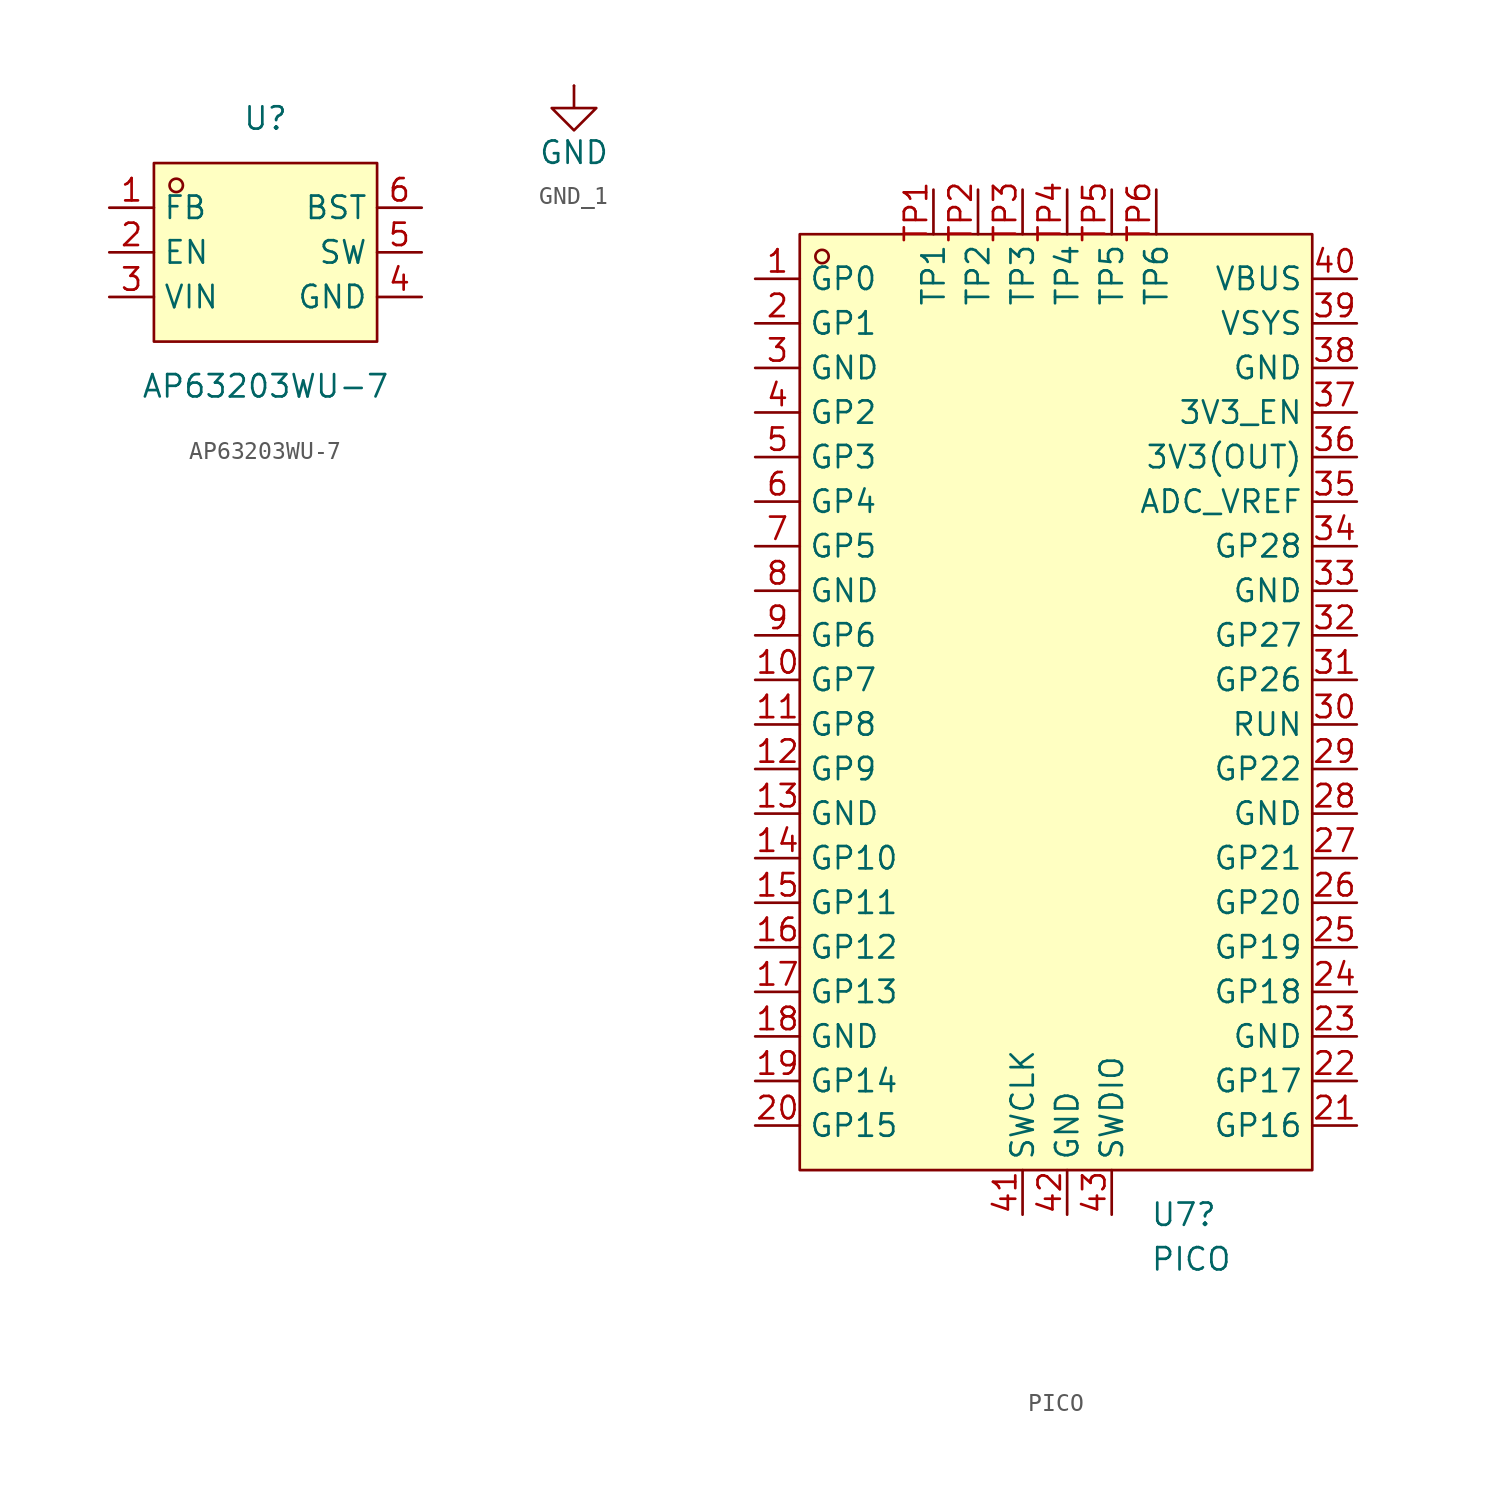
<source format=kicad_sym>
(kicad_symbol_lib
  (version 20241209)
  (generator "kicad_symbol_editor")
  (generator_version "9.0")
  (symbol "AP63203WU-7"
    (property "Reference" "U"
      (at 0 7.62 0)
      (effects (font (size 1.27 1.27))))
    (property "Value" "AP63203WU-7"
      (at 0 -7.62 0)
      (effects (font (size 1.27 1.27))))
    (symbol "AP63203WU-7_0_1"
      (rectangle (start -6.35 5.08) (end 6.35 -5.08) (stroke (width 0) (type default)) (fill (type background)))
      (circle (center -5.08 3.81) (radius 0.38) (stroke (width 0) (type default)) (fill (type none)))
      (pin unspecified line (at -8.89 2.54 0) (length 2.54) (name "FB" (effects (font (size 1.27 1.27)))) (number "1" (effects (font (size 1.27 1.27)))))
      (pin unspecified line (at -8.89 0 0) (length 2.54) (name "EN" (effects (font (size 1.27 1.27)))) (number "2" (effects (font (size 1.27 1.27)))))
      (pin unspecified line (at -8.89 -2.54 0) (length 2.54) (name "VIN" (effects (font (size 1.27 1.27)))) (number "3" (effects (font (size 1.27 1.27)))))
      (pin unspecified line (at 8.89 2.54 180) (length 2.54) (name "BST" (effects (font (size 1.27 1.27)))) (number "6" (effects (font (size 1.27 1.27)))))
      (pin unspecified line (at 8.89 0 180) (length 2.54) (name "SW" (effects (font (size 1.27 1.27)))) (number "5" (effects (font (size 1.27 1.27)))))
      (pin unspecified line (at 8.89 -2.54 180) (length 2.54) (name "GND" (effects (font (size 1.27 1.27)))) (number "4" (effects (font (size 1.27 1.27)))))))
  (symbol "GND_1"
    (power)
    (pin_numbers
      (hide yes))
    (pin_names
      (offset 0)
      (hide yes))
    (property "Reference" "#PWR"
      (at 0 -6.35 0)
      (effects (font (size 1.27 1.27)) (hide yes)))
    (property "Value" "GND"
      (at 0 -3.81 0)
      (effects (font (size 1.27 1.27))))
    (symbol "GND_1_0_1"
      (polyline (pts (xy 0 0) (xy 0 -1.27) (xy 1.27 -1.27) (xy 0 -2.54) (xy -1.27 -1.27) (xy 0 -1.27)) (stroke (width 0) (type default)) (fill (type none))))
    (symbol "GND_1_1_1"
      (pin power_in line (at 0 0 270) (length 0) (name "~" (effects (font (size 1.27 1.27)))) (number "1" (effects (font (size 1.27 1.27)))))))
  (symbol "PICO"
    (property "Reference" "U7"
      (at 4.734 -29.21 0)
      (effects (font (size 1.27 1.27)) (justify left)))
    (property "Value" "PICO"
      (at 4.734 -31.75 0)
      (effects (font (size 1.27 1.27)) (justify left)))
    (symbol "PICO_0_1"
      (rectangle (start -15.24 26.67) (end 13.97 -26.67) (stroke (width 0) (type default)) (fill (type background)))
      (circle (center -13.97 25.4) (radius 0.38) (stroke (width 0) (type default)) (fill (type none)))
      (pin unspecified line (at -17.78 24.13 0) (length 2.54) (name "GP0" (effects (font (size 1.27 1.27)))) (number "1" (effects (font (size 1.27 1.27)))))
      (pin unspecified line (at -17.78 21.59 0) (length 2.54) (name "GP1" (effects (font (size 1.27 1.27)))) (number "2" (effects (font (size 1.27 1.27)))))
      (pin unspecified line (at -17.78 19.05 0) (length 2.54) (name "GND" (effects (font (size 1.27 1.27)))) (number "3" (effects (font (size 1.27 1.27)))))
      (pin unspecified line (at -17.78 16.51 0) (length 2.54) (name "GP2" (effects (font (size 1.27 1.27)))) (number "4" (effects (font (size 1.27 1.27)))))
      (pin unspecified line (at -17.78 13.97 0) (length 2.54) (name "GP3" (effects (font (size 1.27 1.27)))) (number "5" (effects (font (size 1.27 1.27)))))
      (pin unspecified line (at -17.78 11.43 0) (length 2.54) (name "GP4" (effects (font (size 1.27 1.27)))) (number "6" (effects (font (size 1.27 1.27)))))
      (pin unspecified line (at -17.78 8.89 0) (length 2.54) (name "GP5" (effects (font (size 1.27 1.27)))) (number "7" (effects (font (size 1.27 1.27)))))
      (pin unspecified line (at -17.78 6.35 0) (length 2.54) (name "GND" (effects (font (size 1.27 1.27)))) (number "8" (effects (font (size 1.27 1.27)))))
      (pin unspecified line (at -17.78 3.81 0) (length 2.54) (name "GP6" (effects (font (size 1.27 1.27)))) (number "9" (effects (font (size 1.27 1.27)))))
      (pin unspecified line (at -17.78 1.27 0) (length 2.54) (name "GP7" (effects (font (size 1.27 1.27)))) (number "10" (effects (font (size 1.27 1.27)))))
      (pin unspecified line (at -17.78 -1.27 0) (length 2.54) (name "GP8" (effects (font (size 1.27 1.27)))) (number "11" (effects (font (size 1.27 1.27)))))
      (pin unspecified line (at -17.78 -3.81 0) (length 2.54) (name "GP9" (effects (font (size 1.27 1.27)))) (number "12" (effects (font (size 1.27 1.27)))))
      (pin unspecified line (at -17.78 -6.35 0) (length 2.54) (name "GND" (effects (font (size 1.27 1.27)))) (number "13" (effects (font (size 1.27 1.27)))))
      (pin unspecified line (at -17.78 -8.89 0) (length 2.54) (name "GP10" (effects (font (size 1.27 1.27)))) (number "14" (effects (font (size 1.27 1.27)))))
      (pin unspecified line (at -17.78 -11.43 0) (length 2.54) (name "GP11" (effects (font (size 1.27 1.27)))) (number "15" (effects (font (size 1.27 1.27)))))
      (pin unspecified line (at -17.78 -13.97 0) (length 2.54) (name "GP12" (effects (font (size 1.27 1.27)))) (number "16" (effects (font (size 1.27 1.27)))))
      (pin unspecified line (at -17.78 -16.51 0) (length 2.54) (name "GP13" (effects (font (size 1.27 1.27)))) (number "17" (effects (font (size 1.27 1.27)))))
      (pin unspecified line (at -17.78 -19.05 0) (length 2.54) (name "GND" (effects (font (size 1.27 1.27)))) (number "18" (effects (font (size 1.27 1.27)))))
      (pin unspecified line (at -17.78 -21.59 0) (length 2.54) (name "GP14" (effects (font (size 1.27 1.27)))) (number "19" (effects (font (size 1.27 1.27)))))
      (pin unspecified line (at -17.78 -24.13 0) (length 2.54) (name "GP15" (effects (font (size 1.27 1.27)))) (number "20" (effects (font (size 1.27 1.27)))))
      (pin unspecified line (at -7.62 29.21 270) (length 2.54) (name "TP1" (effects (font (size 1.27 1.27)))) (number "TP1" (effects (font (size 1.27 1.27)))))
      (pin unspecified line (at -2.54 -29.21 90) (length 2.54) (name "SWCLK" (effects (font (size 1.27 1.27)))) (number "41" (effects (font (size 1.27 1.27)))))
      (pin unspecified line (at 0 -29.21 90) (length 2.54) (name "GND" (effects (font (size 1.27 1.27)))) (number "42" (effects (font (size 1.27 1.27)))))
      (pin unspecified line (at 2.54 -29.21 90) (length 2.54) (name "SWDIO" (effects (font (size 1.27 1.27)))) (number "43" (effects (font (size 1.27 1.27)))))
      (pin unspecified line (at 16.51 24.13 180) (length 2.54) (name "VBUS" (effects (font (size 1.27 1.27)))) (number "40" (effects (font (size 1.27 1.27)))))
      (pin unspecified line (at 16.51 21.59 180) (length 2.54) (name "VSYS" (effects (font (size 1.27 1.27)))) (number "39" (effects (font (size 1.27 1.27)))))
      (pin unspecified line (at 16.51 19.05 180) (length 2.54) (name "GND" (effects (font (size 1.27 1.27)))) (number "38" (effects (font (size 1.27 1.27)))))
      (pin unspecified line (at 16.51 16.51 180) (length 2.54) (name "3V3_EN" (effects (font (size 1.27 1.27)))) (number "37" (effects (font (size 1.27 1.27)))))
      (pin unspecified line (at 16.51 13.97 180) (length 2.54) (name "3V3(OUT)" (effects (font (size 1.27 1.27)))) (number "36" (effects (font (size 1.27 1.27)))))
      (pin unspecified line (at 16.51 11.43 180) (length 2.54) (name "ADC_VREF" (effects (font (size 1.27 1.27)))) (number "35" (effects (font (size 1.27 1.27)))))
      (pin unspecified line (at 16.51 8.89 180) (length 2.54) (name "GP28" (effects (font (size 1.27 1.27)))) (number "34" (effects (font (size 1.27 1.27)))))
      (pin unspecified line (at 16.51 6.35 180) (length 2.54) (name "GND" (effects (font (size 1.27 1.27)))) (number "33" (effects (font (size 1.27 1.27)))))
      (pin unspecified line (at 16.51 3.81 180) (length 2.54) (name "GP27" (effects (font (size 1.27 1.27)))) (number "32" (effects (font (size 1.27 1.27)))))
      (pin unspecified line (at 16.51 1.27 180) (length 2.54) (name "GP26" (effects (font (size 1.27 1.27)))) (number "31" (effects (font (size 1.27 1.27)))))
      (pin unspecified line (at 16.51 -1.27 180) (length 2.54) (name "RUN" (effects (font (size 1.27 1.27)))) (number "30" (effects (font (size 1.27 1.27)))))
      (pin unspecified line (at 16.51 -3.81 180) (length 2.54) (name "GP22" (effects (font (size 1.27 1.27)))) (number "29" (effects (font (size 1.27 1.27)))))
      (pin unspecified line (at 16.51 -6.35 180) (length 2.54) (name "GND" (effects (font (size 1.27 1.27)))) (number "28" (effects (font (size 1.27 1.27)))))
      (pin unspecified line (at 16.51 -8.89 180) (length 2.54) (name "GP21" (effects (font (size 1.27 1.27)))) (number "27" (effects (font (size 1.27 1.27)))))
      (pin unspecified line (at 16.51 -11.43 180) (length 2.54) (name "GP20" (effects (font (size 1.27 1.27)))) (number "26" (effects (font (size 1.27 1.27)))))
      (pin unspecified line (at 16.51 -13.97 180) (length 2.54) (name "GP19" (effects (font (size 1.27 1.27)))) (number "25" (effects (font (size 1.27 1.27)))))
      (pin unspecified line (at 16.51 -16.51 180) (length 2.54) (name "GP18" (effects (font (size 1.27 1.27)))) (number "24" (effects (font (size 1.27 1.27)))))
      (pin unspecified line (at 16.51 -19.05 180) (length 2.54) (name "GND" (effects (font (size 1.27 1.27)))) (number "23" (effects (font (size 1.27 1.27)))))
      (pin unspecified line (at 16.51 -21.59 180) (length 2.54) (name "GP17" (effects (font (size 1.27 1.27)))) (number "22" (effects (font (size 1.27 1.27)))))
      (pin unspecified line (at 16.51 -24.13 180) (length 2.54) (name "GP16" (effects (font (size 1.27 1.27)))) (number "21" (effects (font (size 1.27 1.27))))))
    (symbol "PICO_1_1"
      (pin unspecified line (at -5.08 29.21 270) (length 2.54) (name "TP2" (effects (font (size 1.27 1.27)))) (number "TP2" (effects (font (size 1.27 1.27)))))
      (pin unspecified line (at -2.54 29.21 270) (length 2.54) (name "TP3" (effects (font (size 1.27 1.27)))) (number "TP3" (effects (font (size 1.27 1.27)))))
      (pin unspecified line (at 0 29.21 270) (length 2.54) (name "TP4" (effects (font (size 1.27 1.27)))) (number "TP4" (effects (font (size 1.27 1.27)))))
      (pin unspecified line (at 2.54 29.21 270) (length 2.54) (name "TP5" (effects (font (size 1.27 1.27)))) (number "TP5" (effects (font (size 1.27 1.27)))))
      (pin unspecified line (at 5.08 29.21 270) (length 2.54) (name "TP6" (effects (font (size 1.27 1.27)))) (number "TP6" (effects (font (size 1.27 1.27))))))))
</source>
